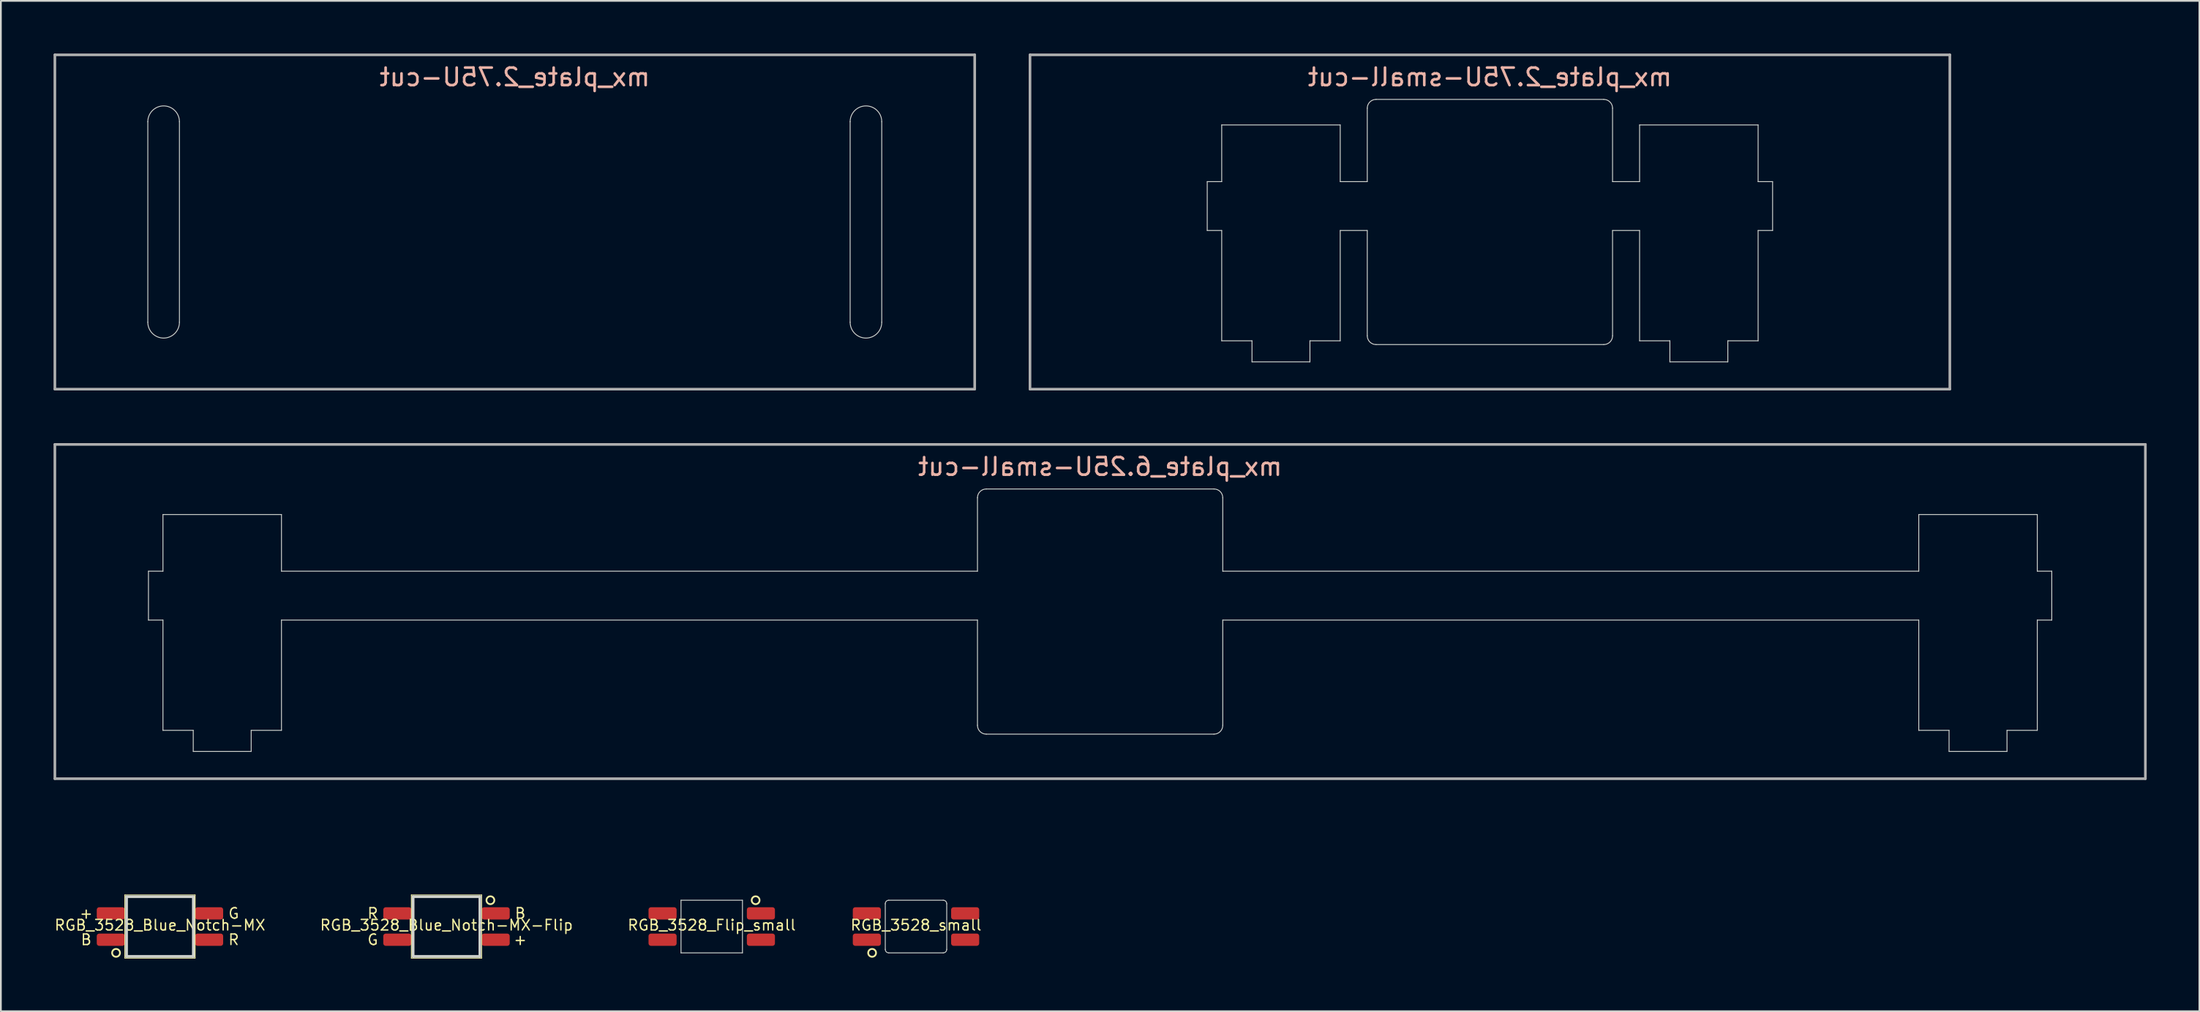
<source format=kicad_pcb>
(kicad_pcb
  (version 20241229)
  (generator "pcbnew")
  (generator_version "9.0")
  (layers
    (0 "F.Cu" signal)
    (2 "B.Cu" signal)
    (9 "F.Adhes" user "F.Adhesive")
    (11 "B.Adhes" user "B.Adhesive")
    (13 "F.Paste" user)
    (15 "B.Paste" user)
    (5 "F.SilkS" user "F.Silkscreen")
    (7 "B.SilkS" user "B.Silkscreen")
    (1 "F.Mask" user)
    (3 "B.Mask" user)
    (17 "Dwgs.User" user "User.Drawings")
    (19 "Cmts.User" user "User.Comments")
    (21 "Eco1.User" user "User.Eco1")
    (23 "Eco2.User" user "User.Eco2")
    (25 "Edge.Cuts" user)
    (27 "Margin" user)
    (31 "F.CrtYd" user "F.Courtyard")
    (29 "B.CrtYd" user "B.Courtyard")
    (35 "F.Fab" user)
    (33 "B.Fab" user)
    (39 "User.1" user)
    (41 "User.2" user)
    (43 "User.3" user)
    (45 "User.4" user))
  (footprint "RGB_3528_Blue_Notch-MX"
    (layer "F.Cu")
    (at 6.06 44.65)
    (property "Reference" "RGB_3528_Blue_Notch-MX" (at 0 5.02 180) (layer "F.SilkS") (effects (font (size 0.6 0.6) (thickness 0.08))))
    (attr smd)
    (fp_line (start -2 3.3) (end 2 3.3) (stroke (width 0.05) (type solid)) (layer "F.SilkS"))
    (fp_line (start -2 6.9) (end -2 3.3) (stroke (width 0.05) (type solid)) (layer "F.SilkS"))
    (fp_line (start 2 3.3) (end 2 6.9) (stroke (width 0.05) (type solid)) (layer "F.SilkS"))
    (fp_line (start 2 6.9) (end -2 6.9) (stroke (width 0.05) (type solid)) (layer "F.SilkS"))
    (fp_circle (center -2.5 6.6) (end -2.276 6.6) (stroke (width 0.1) (type solid)) (fill no) (layer "F.SilkS"))
    (fp_line (start -1.9 3.4) (end -1.9 6.8) (stroke (width 0.15) (type solid)) (layer "Edge.Cuts"))
    (fp_line (start 1.9 3.4) (end -1.9 3.4) (stroke (width 0.15) (type solid)) (layer "Edge.Cuts"))
    (fp_line (start 1.9 3.4) (end 1.9 6.8) (stroke (width 0.15) (type solid)) (layer "Edge.Cuts"))
    (fp_line (start 1.9 6.8) (end -1.9 6.8) (stroke (width 0.15) (type solid)) (layer "Edge.Cuts"))
    (fp_text user "R" (at 4.2 5.85 180) (layer "F.SilkS") (effects (font (size 0.6 0.6) (thickness 0.08))))
    (fp_text user "G" (at 4.2 4.35 180) (layer "F.SilkS") (effects (font (size 0.6 0.6) (thickness 0.08))))
    (fp_text user "B" (at -4.2 5.85 180) (layer "F.SilkS") (effects (font (size 0.6 0.6) (thickness 0.08))))
    (fp_text user "+" (at -4.2 4.35 180) (layer "F.SilkS") (effects (font (size 0.6 0.6) (thickness 0.08))))
    (pad "1" smd roundrect (at -2.8 5.85 180) (size 1.6 0.7) (layers "F.Cu" "F.Mask" "F.Paste") (roundrect_rratio 0.2))
    (pad "2" smd roundrect (at 2.8 5.85 180) (size 1.6 0.7) (layers "F.Cu" "F.Mask" "F.Paste") (roundrect_rratio 0.2))
    (pad "3" smd roundrect (at -2.8 4.35 180) (size 1.6 0.7) (layers "F.Cu" "F.Mask" "F.Paste") (roundrect_rratio 0.2))
    (pad "4" smd roundrect (at 2.8 4.35 180) (size 1.6 0.7) (layers "F.Cu" "F.Mask" "F.Paste") (roundrect_rratio 0.2)))
  (footprint "mx_plate_6.25U-small-cut"
    (layer "F.Cu")
    (at 59.606 31.8)
    (property "Reference" "mx_plate_6.25U-small-cut" (at 0 -8.255 0) (layer "B.SilkS") (effects (font (size 1 1) (thickness 0.15)) (justify mirror)))
    (attr smd)
    (fp_line (start -54.2 -2.3) (end -54.2 0.485) (stroke (width 0.05) (type solid)) (layer "Edge.Cuts"))
    (fp_line (start -54.2 -2.3) (end -53.375 -2.3) (stroke (width 0.05) (type solid)) (layer "Edge.Cuts"))
    (fp_line (start -54.2 0.485) (end -53.375 0.485) (stroke (width 0.05) (type solid)) (layer "Edge.Cuts"))
    (fp_line (start -53.375 -5.53) (end -53.375 -2.3) (stroke (width 0.05) (type solid)) (layer "Edge.Cuts"))
    (fp_line (start -53.375 -5.53) (end -46.625 -5.53) (stroke (width 0.05) (type solid)) (layer "Edge.Cuts"))
    (fp_line (start -53.375 0.485) (end -53.375 6.77) (stroke (width 0.05) (type solid)) (layer "Edge.Cuts"))
    (fp_line (start -53.375 6.77) (end -51.65 6.77) (stroke (width 0.05) (type solid)) (layer "Edge.Cuts"))
    (fp_line (start -51.65 6.77) (end -51.65 7.97) (stroke (width 0.05) (type solid)) (layer "Edge.Cuts"))
    (fp_line (start -51.65 7.97) (end -48.35 7.97) (stroke (width 0.05) (type solid)) (layer "Edge.Cuts"))
    (fp_line (start -48.35 6.77) (end -48.35 7.97) (stroke (width 0.05) (type solid)) (layer "Edge.Cuts"))
    (fp_line (start -48.35 6.77) (end -46.625 6.77) (stroke (width 0.05) (type solid)) (layer "Edge.Cuts"))
    (fp_line (start -46.625 -5.53) (end -46.625 -2.3) (stroke (width 0.05) (type solid)) (layer "Edge.Cuts"))
    (fp_line (start -46.625 -2.3) (end -6.985 -2.3) (stroke (width 0.05) (type solid)) (layer "Edge.Cuts"))
    (fp_line (start -46.625 0.485) (end -46.625 6.77) (stroke (width 0.05) (type solid)) (layer "Edge.Cuts"))
    (fp_line (start -46.625 0.485) (end -6.985 0.485) (stroke (width 0.05) (type solid)) (layer "Edge.Cuts"))
    (fp_line (start -6.985 -6.485) (end -6.985 -2.3) (stroke (width 0.05) (type solid)) (layer "Edge.Cuts"))
    (fp_line (start -6.985 0.485) (end -6.985 6.485) (stroke (width 0.05) (type solid)) (layer "Edge.Cuts"))
    (fp_line (start -6.485 6.985) (end 6.485 6.985) (stroke (width 0.05) (type solid)) (layer "Edge.Cuts"))
    (fp_line (start 6.485 -6.985) (end -6.485 -6.985) (stroke (width 0.05) (type solid)) (layer "Edge.Cuts"))
    (fp_line (start 6.985 -6.485) (end 6.985 -2.3) (stroke (width 0.05) (type solid)) (layer "Edge.Cuts"))
    (fp_line (start 6.985 -2.3) (end 46.625 -2.3) (stroke (width 0.05) (type solid)) (layer "Edge.Cuts"))
    (fp_line (start 6.985 0.485) (end 6.985 6.485) (stroke (width 0.05) (type solid)) (layer "Edge.Cuts"))
    (fp_line (start 6.985 0.485) (end 46.625 0.485) (stroke (width 0.05) (type solid)) (layer "Edge.Cuts"))
    (fp_line (start 46.625 -5.53) (end 46.625 -2.3) (stroke (width 0.05) (type solid)) (layer "Edge.Cuts"))
    (fp_line (start 46.625 -5.53) (end 53.375 -5.53) (stroke (width 0.05) (type solid)) (layer "Edge.Cuts"))
    (fp_line (start 46.625 0.485) (end 46.625 6.77) (stroke (width 0.05) (type solid)) (layer "Edge.Cuts"))
    (fp_line (start 46.625 6.77) (end 48.35 6.77) (stroke (width 0.05) (type solid)) (layer "Edge.Cuts"))
    (fp_line (start 48.35 6.77) (end 48.35 7.97) (stroke (width 0.05) (type solid)) (layer "Edge.Cuts"))
    (fp_line (start 48.35 7.97) (end 51.65 7.97) (stroke (width 0.05) (type solid)) (layer "Edge.Cuts"))
    (fp_line (start 51.65 6.77) (end 51.65 7.97) (stroke (width 0.05) (type solid)) (layer "Edge.Cuts"))
    (fp_line (start 51.65 6.77) (end 53.375 6.77) (stroke (width 0.05) (type solid)) (layer "Edge.Cuts"))
    (fp_line (start 53.375 -5.53) (end 53.375 -2.3) (stroke (width 0.05) (type solid)) (layer "Edge.Cuts"))
    (fp_line (start 53.375 0.485) (end 53.375 6.77) (stroke (width 0.05) (type solid)) (layer "Edge.Cuts"))
    (fp_line (start 54.2 -2.3) (end 53.375 -2.3) (stroke (width 0.05) (type solid)) (layer "Edge.Cuts"))
    (fp_line (start 54.2 0.485) (end 53.375 0.485) (stroke (width 0.05) (type solid)) (layer "Edge.Cuts"))
    (fp_line (start 54.2 0.485) (end 54.2 -2.3) (stroke (width 0.05) (type solid)) (layer "Edge.Cuts"))
    (fp_arc (start -6.985 -6.485) (mid -6.838553 -6.838553) (end -6.485 -6.985) (stroke (width 0.05) (type solid)) (layer "Edge.Cuts"))
    (fp_arc (start -6.485 6.985) (mid -6.838553 6.838553) (end -6.985 6.485) (stroke (width 0.05) (type solid)) (layer "Edge.Cuts"))
    (fp_arc (start 6.485 -6.985) (mid 6.838553 -6.838553) (end 6.985 -6.485) (stroke (width 0.05) (type solid)) (layer "Edge.Cuts"))
    (fp_arc (start 6.985 6.485) (mid 6.838553 6.838553) (end 6.485 6.985) (stroke (width 0.05) (type solid)) (layer "Edge.Cuts"))
    (fp_line (start -59.531 -9.525) (end 59.531 -9.525) (stroke (width 0.15) (type solid)) (layer "F.Fab"))
    (fp_line (start -59.531 9.525) (end -59.531 -9.525) (stroke (width 0.15) (type solid)) (layer "F.Fab"))
    (fp_line (start 59.531 -9.525) (end 59.531 9.525) (stroke (width 0.15) (type solid)) (layer "F.Fab"))
    (fp_line (start 59.531 9.525) (end -59.531 9.525) (stroke (width 0.15) (type solid)) (layer "F.Fab")))
  (footprint "mx_plate_2.75U-cut"
    (layer "F.Cu")
    (at 26.269 9.6)
    (property "Reference" "mx_plate_2.75U-cut" (at 0 -8.255 0) (layer "B.SilkS") (effects (font (size 1 1) (thickness 0.15)) (justify mirror)))
    (attr smd)
    (fp_line (start -20.9 -5.715) (end -20.9 5.715) (stroke (width 0.05) (type solid)) (layer "Edge.Cuts"))
    (fp_line (start -19.1 -5.715) (end -19.1 5.715) (stroke (width 0.05) (type solid)) (layer "Edge.Cuts"))
    (fp_line (start 19.1 -5.715) (end 19.1 5.715) (stroke (width 0.05) (type solid)) (layer "Edge.Cuts"))
    (fp_line (start 20.9 -5.715) (end 20.9 5.715) (stroke (width 0.05) (type solid)) (layer "Edge.Cuts"))
    (fp_arc (start -20.9 -5.715) (mid -20 -6.615) (end -19.1 -5.715) (stroke (width 0.05) (type solid)) (layer "Edge.Cuts"))
    (fp_arc (start -19.1 5.715) (mid -20 6.615) (end -20.9 5.715) (stroke (width 0.05) (type solid)) (layer "Edge.Cuts"))
    (fp_arc (start 19.1 -5.715) (mid 20 -6.615) (end 20.9 -5.715) (stroke (width 0.05) (type solid)) (layer "Edge.Cuts"))
    (fp_arc (start 20.9 5.715) (mid 20 6.615) (end 19.1 5.715) (stroke (width 0.05) (type solid)) (layer "Edge.Cuts"))
    (fp_line (start -26.194 -9.525) (end 26.194 -9.525) (stroke (width 0.15) (type solid)) (layer "F.Fab"))
    (fp_line (start -26.194 9.525) (end -26.194 -9.525) (stroke (width 0.15) (type solid)) (layer "F.Fab"))
    (fp_line (start 26.194 -9.525) (end 26.194 9.525) (stroke (width 0.15) (type solid)) (layer "F.Fab"))
    (fp_line (start 26.194 9.525) (end -26.194 9.525) (stroke (width 0.15) (type solid)) (layer "F.Fab")))
  (footprint "mx_plate_2.75U-small-cut"
    (layer "F.Cu")
    (at 81.806 9.6)
    (property "Reference" "mx_plate_2.75U-small-cut" (at 0 -8.255 0) (layer "B.SilkS") (effects (font (size 1 1) (thickness 0.15)) (justify mirror)))
    (attr smd)
    (fp_line (start -16.1 -2.3) (end -16.1 0.485) (stroke (width 0.05) (type solid)) (layer "Edge.Cuts"))
    (fp_line (start -16.1 -2.3) (end -15.275 -2.3) (stroke (width 0.05) (type solid)) (layer "Edge.Cuts"))
    (fp_line (start -16.1 0.485) (end -15.275 0.485) (stroke (width 0.05) (type solid)) (layer "Edge.Cuts"))
    (fp_line (start -15.275 -5.53) (end -15.275 -2.3) (stroke (width 0.05) (type solid)) (layer "Edge.Cuts"))
    (fp_line (start -15.275 -5.53) (end -8.525 -5.53) (stroke (width 0.05) (type solid)) (layer "Edge.Cuts"))
    (fp_line (start -15.275 0.485) (end -15.275 6.77) (stroke (width 0.05) (type solid)) (layer "Edge.Cuts"))
    (fp_line (start -15.275 6.77) (end -13.55 6.77) (stroke (width 0.05) (type solid)) (layer "Edge.Cuts"))
    (fp_line (start -13.55 6.77) (end -13.55 7.97) (stroke (width 0.05) (type solid)) (layer "Edge.Cuts"))
    (fp_line (start -13.55 7.97) (end -10.25 7.97) (stroke (width 0.05) (type solid)) (layer "Edge.Cuts"))
    (fp_line (start -10.25 6.77) (end -10.25 7.97) (stroke (width 0.05) (type solid)) (layer "Edge.Cuts"))
    (fp_line (start -10.25 6.77) (end -8.525 6.77) (stroke (width 0.05) (type solid)) (layer "Edge.Cuts"))
    (fp_line (start -8.525 -5.53) (end -8.525 -2.3) (stroke (width 0.05) (type solid)) (layer "Edge.Cuts"))
    (fp_line (start -8.525 -2.3) (end -6.985 -2.3) (stroke (width 0.05) (type solid)) (layer "Edge.Cuts"))
    (fp_line (start -8.525 0.485) (end -8.525 6.77) (stroke (width 0.05) (type solid)) (layer "Edge.Cuts"))
    (fp_line (start -8.525 0.485) (end -6.985 0.485) (stroke (width 0.05) (type solid)) (layer "Edge.Cuts"))
    (fp_line (start -6.985 -6.485) (end -6.985 -2.3) (stroke (width 0.05) (type solid)) (layer "Edge.Cuts"))
    (fp_line (start -6.985 0.485) (end -6.985 6.485) (stroke (width 0.05) (type solid)) (layer "Edge.Cuts"))
    (fp_line (start -6.485 6.985) (end 6.485 6.985) (stroke (width 0.05) (type solid)) (layer "Edge.Cuts"))
    (fp_line (start 6.485 -6.985) (end -6.485 -6.985) (stroke (width 0.05) (type solid)) (layer "Edge.Cuts"))
    (fp_line (start 6.985 -6.485) (end 6.985 -2.3) (stroke (width 0.05) (type solid)) (layer "Edge.Cuts"))
    (fp_line (start 6.985 -2.3) (end 8.525 -2.3) (stroke (width 0.05) (type solid)) (layer "Edge.Cuts"))
    (fp_line (start 6.985 0.485) (end 6.985 6.485) (stroke (width 0.05) (type solid)) (layer "Edge.Cuts"))
    (fp_line (start 6.985 0.485) (end 8.525 0.485) (stroke (width 0.05) (type solid)) (layer "Edge.Cuts"))
    (fp_line (start 8.525 -5.53) (end 8.525 -2.3) (stroke (width 0.05) (type solid)) (layer "Edge.Cuts"))
    (fp_line (start 8.525 -5.53) (end 15.275 -5.53) (stroke (width 0.05) (type solid)) (layer "Edge.Cuts"))
    (fp_line (start 8.525 0.485) (end 8.525 6.77) (stroke (width 0.05) (type solid)) (layer "Edge.Cuts"))
    (fp_line (start 8.525 6.77) (end 10.25 6.77) (stroke (width 0.05) (type solid)) (layer "Edge.Cuts"))
    (fp_line (start 10.25 6.77) (end 10.25 7.97) (stroke (width 0.05) (type solid)) (layer "Edge.Cuts"))
    (fp_line (start 10.25 7.97) (end 13.55 7.97) (stroke (width 0.05) (type solid)) (layer "Edge.Cuts"))
    (fp_line (start 13.55 6.77) (end 13.55 7.97) (stroke (width 0.05) (type solid)) (layer "Edge.Cuts"))
    (fp_line (start 13.55 6.77) (end 15.275 6.77) (stroke (width 0.05) (type solid)) (layer "Edge.Cuts"))
    (fp_line (start 15.275 -5.53) (end 15.275 -2.3) (stroke (width 0.05) (type solid)) (layer "Edge.Cuts"))
    (fp_line (start 15.275 0.485) (end 15.275 6.77) (stroke (width 0.05) (type solid)) (layer "Edge.Cuts"))
    (fp_line (start 16.1 -2.3) (end 15.275 -2.3) (stroke (width 0.05) (type solid)) (layer "Edge.Cuts"))
    (fp_line (start 16.1 0.485) (end 15.275 0.485) (stroke (width 0.05) (type solid)) (layer "Edge.Cuts"))
    (fp_line (start 16.1 0.485) (end 16.1 -2.3) (stroke (width 0.05) (type solid)) (layer "Edge.Cuts"))
    (fp_arc (start -6.985 -6.485) (mid -6.838553 -6.838553) (end -6.485 -6.985) (stroke (width 0.05) (type solid)) (layer "Edge.Cuts"))
    (fp_arc (start -6.485 6.985) (mid -6.838553 6.838553) (end -6.985 6.485) (stroke (width 0.05) (type solid)) (layer "Edge.Cuts"))
    (fp_arc (start 6.485 -6.985) (mid 6.838553 -6.838553) (end 6.985 -6.485) (stroke (width 0.05) (type solid)) (layer "Edge.Cuts"))
    (fp_arc (start 6.985 6.485) (mid 6.838553 6.838553) (end 6.485 6.985) (stroke (width 0.05) (type solid)) (layer "Edge.Cuts"))
    (fp_line (start -26.194 -9.525) (end 26.194 -9.525) (stroke (width 0.15) (type solid)) (layer "F.Fab"))
    (fp_line (start -26.194 9.525) (end -26.194 -9.525) (stroke (width 0.15) (type solid)) (layer "F.Fab"))
    (fp_line (start 26.194 -9.525) (end 26.194 9.525) (stroke (width 0.15) (type solid)) (layer "F.Fab"))
    (fp_line (start 26.194 9.525) (end -26.194 9.525) (stroke (width 0.15) (type solid)) (layer "F.Fab")))
  (footprint "RGB_3528_small"
    (layer "F.Cu")
    (at 49.12 44.65)
    (property "Reference" "RGB_3528_small" (at 0 5.02 180) (layer "F.SilkS") (effects (font (size 0.6 0.6) (thickness 0.08))))
    (attr smd)
    (fp_circle (center -2.5 6.6) (end -2.276 6.6) (stroke (width 0.1) (type solid)) (fill no) (layer "F.SilkS"))
    (fp_line (start -1.75 3.8) (end -1.75 6.4) (stroke (width 0.05) (type solid)) (layer "Edge.Cuts"))
    (fp_line (start 1.55 3.6) (end -1.55 3.6) (stroke (width 0.05) (type solid)) (layer "Edge.Cuts"))
    (fp_line (start 1.55 6.6) (end -1.55 6.6) (stroke (width 0.05) (type solid)) (layer "Edge.Cuts"))
    (fp_line (start 1.75 3.8) (end 1.75 6.4) (stroke (width 0.05) (type solid)) (layer "Edge.Cuts"))
    (fp_arc (start -1.75 3.8) (mid -1.691421 3.658579) (end -1.55 3.6) (stroke (width 0.05) (type solid)) (layer "Edge.Cuts"))
    (fp_arc (start -1.55 6.6) (mid -1.691421 6.541421) (end -1.75 6.4) (stroke (width 0.05) (type solid)) (layer "Edge.Cuts"))
    (fp_arc (start 1.55 3.6) (mid 1.691421 3.658579) (end 1.75 3.8) (stroke (width 0.05) (type solid)) (layer "Edge.Cuts"))
    (fp_arc (start 1.75 6.4) (mid 1.691421 6.541421) (end 1.55 6.6) (stroke (width 0.05) (type solid)) (layer "Edge.Cuts"))
    (pad "1" smd roundrect (at -2.8 5.85 180) (size 1.6 0.7) (layers "F.Cu" "F.Mask" "F.Paste") (roundrect_rratio 0.2))
    (pad "2" smd roundrect (at 2.8 5.85 180) (size 1.6 0.7) (layers "F.Cu" "F.Mask" "F.Paste") (roundrect_rratio 0.2))
    (pad "3" smd roundrect (at -2.8 4.35 180) (size 1.6 0.7) (layers "F.Cu" "F.Mask" "F.Paste") (roundrect_rratio 0.2))
    (pad "4" smd roundrect (at 2.8 4.35 180) (size 1.6 0.7) (layers "F.Cu" "F.Mask" "F.Paste") (roundrect_rratio 0.2)))
  (footprint "RGB_3528_Flip_small"
    (layer "F.Cu")
    (at 37.486 44.65)
    (property "Reference" "RGB_3528_Flip_small" (at 0 5.02 180) (layer "F.SilkS") (effects (font (size 0.6 0.6) (thickness 0.08))))
    (attr smd)
    (fp_circle (center 2.5 3.6) (end 2.724 3.6) (stroke (width 0.1) (type solid)) (fill no) (layer "F.SilkS"))
    (fp_line (start -1.75 3.6) (end -1.75 6.6) (stroke (width 0.05) (type solid)) (layer "Edge.Cuts"))
    (fp_line (start 1.75 3.6) (end -1.75 3.6) (stroke (width 0.05) (type solid)) (layer "Edge.Cuts"))
    (fp_line (start 1.75 3.6) (end 1.75 6.6) (stroke (width 0.05) (type solid)) (layer "Edge.Cuts"))
    (fp_line (start 1.75 6.6) (end -1.75 6.6) (stroke (width 0.05) (type solid)) (layer "Edge.Cuts"))
    (pad "1" smd roundrect (at 2.8 4.35 180) (size 1.6 0.7) (layers "F.Cu" "F.Mask" "F.Paste") (roundrect_rratio 0.2))
    (pad "2" smd roundrect (at -2.8 4.35 180) (size 1.6 0.7) (layers "F.Cu" "F.Mask" "F.Paste") (roundrect_rratio 0.2))
    (pad "3" smd roundrect (at 2.8 5.85 180) (size 1.6 0.7) (layers "F.Cu" "F.Mask" "F.Paste") (roundrect_rratio 0.2))
    (pad "4" smd roundrect (at -2.8 5.85 180) (size 1.6 0.7) (layers "F.Cu" "F.Mask" "F.Paste") (roundrect_rratio 0.2)))
  (footprint "RGB_3528_Blue_Notch-MX-Flip"
    (layer "F.Cu")
    (at 22.38 44.65)
    (property "Reference" "RGB_3528_Blue_Notch-MX-Flip" (at 0 5.02 180) (layer "F.SilkS") (effects (font (size 0.6 0.6) (thickness 0.08))))
    (attr smd)
    (fp_line (start -2 3.3) (end 2 3.3) (stroke (width 0.05) (type solid)) (layer "F.SilkS"))
    (fp_line (start -2 6.9) (end -2 3.3) (stroke (width 0.05) (type solid)) (layer "F.SilkS"))
    (fp_line (start 2 3.3) (end 2 6.9) (stroke (width 0.05) (type solid)) (layer "F.SilkS"))
    (fp_line (start 2 6.9) (end -2 6.9) (stroke (width 0.05) (type solid)) (layer "F.SilkS"))
    (fp_circle (center 2.5 3.6) (end 2.724 3.6) (stroke (width 0.1) (type solid)) (fill no) (layer "F.SilkS"))
    (fp_line (start -1.9 3.4) (end -1.9 6.8) (stroke (width 0.15) (type solid)) (layer "Edge.Cuts"))
    (fp_line (start 1.9 3.4) (end -1.9 3.4) (stroke (width 0.15) (type solid)) (layer "Edge.Cuts"))
    (fp_line (start 1.9 3.4) (end 1.9 6.8) (stroke (width 0.15) (type solid)) (layer "Edge.Cuts"))
    (fp_line (start 1.9 6.8) (end -1.9 6.8) (stroke (width 0.15) (type solid)) (layer "Edge.Cuts"))
    (fp_text user "G" (at -4.2 5.85 180) (layer "F.SilkS") (effects (font (size 0.6 0.6) (thickness 0.08))))
    (fp_text user "B" (at 4.2 4.35 180) (layer "F.SilkS") (effects (font (size 0.6 0.6) (thickness 0.08))))
    (fp_text user "+" (at 4.2 5.85 180) (layer "F.SilkS") (effects (font (size 0.6 0.6) (thickness 0.08))))
    (fp_text user "R" (at -4.2 4.35 180) (layer "F.SilkS") (effects (font (size 0.6 0.6) (thickness 0.08))))
    (pad "1" smd roundrect (at 2.8 4.35 180) (size 1.6 0.7) (layers "F.Cu" "F.Mask" "F.Paste") (roundrect_rratio 0.2))
    (pad "2" smd roundrect (at -2.8 4.35 180) (size 1.6 0.7) (layers "F.Cu" "F.Mask" "F.Paste") (roundrect_rratio 0.2))
    (pad "3" smd roundrect (at 2.8 5.85 180) (size 1.6 0.7) (layers "F.Cu" "F.Mask" "F.Paste") (roundrect_rratio 0.2))
    (pad "4" smd roundrect (at -2.8 5.85 180) (size 1.6 0.7) (layers "F.Cu" "F.Mask" "F.Paste") (roundrect_rratio 0.2)))
  (gr_rect
    (start -3 -3)
    (end 122.213 54.575)
    (stroke (width 0.1) (type default))
    (fill no)
    (layer "Edge.Cuts")))
</source>
